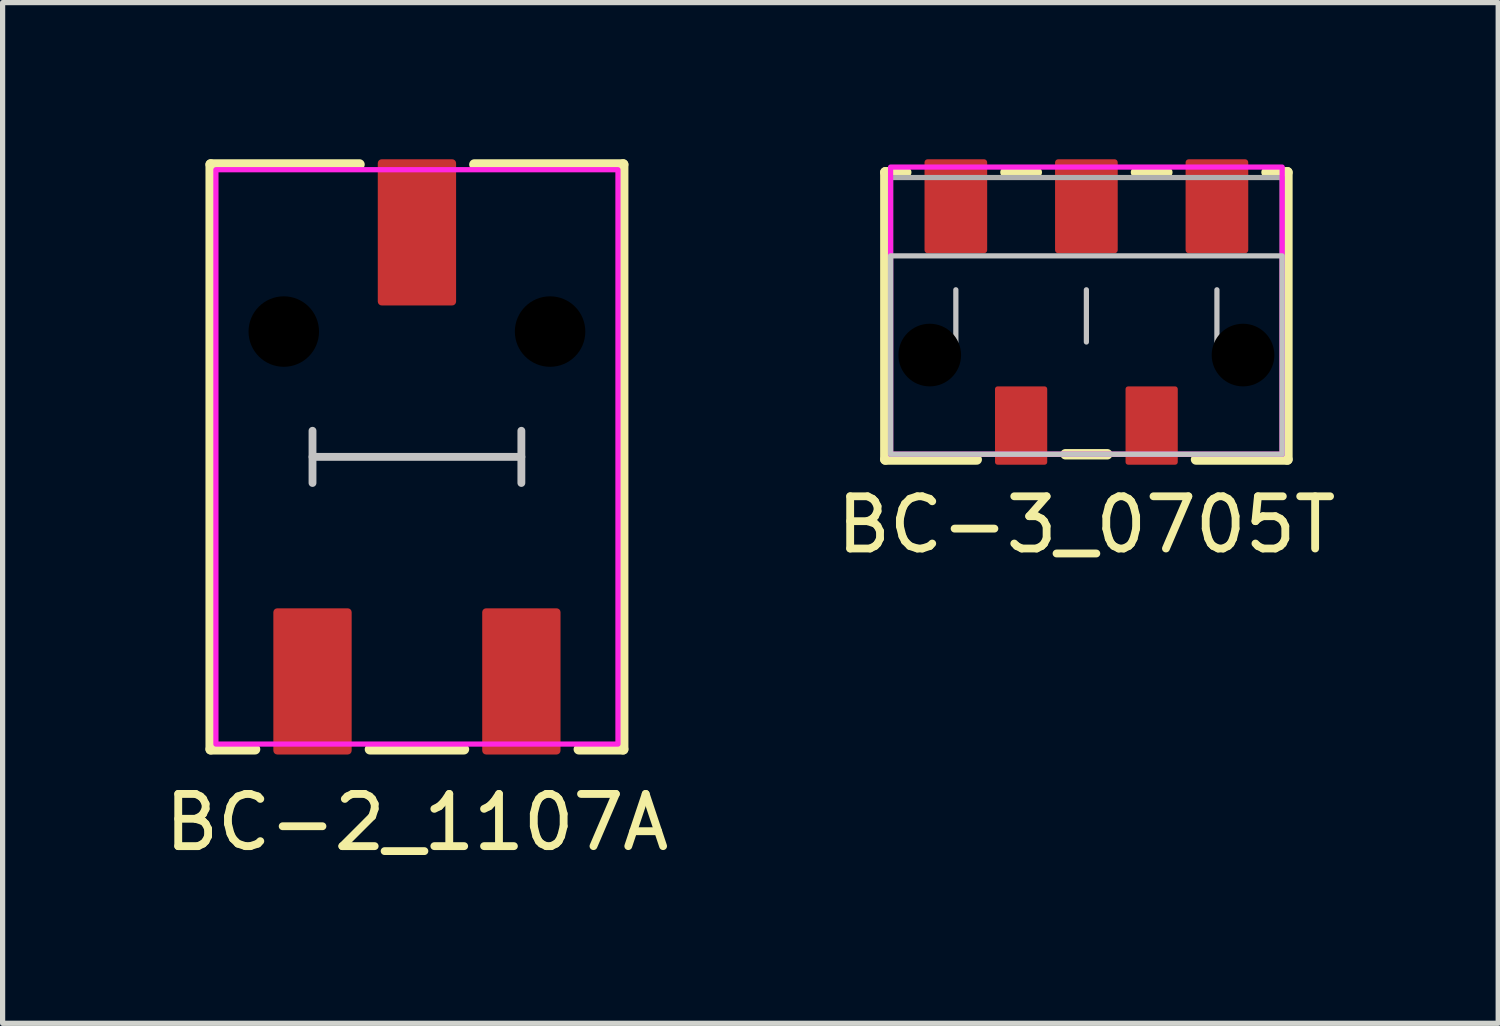
<source format=kicad_pcb>
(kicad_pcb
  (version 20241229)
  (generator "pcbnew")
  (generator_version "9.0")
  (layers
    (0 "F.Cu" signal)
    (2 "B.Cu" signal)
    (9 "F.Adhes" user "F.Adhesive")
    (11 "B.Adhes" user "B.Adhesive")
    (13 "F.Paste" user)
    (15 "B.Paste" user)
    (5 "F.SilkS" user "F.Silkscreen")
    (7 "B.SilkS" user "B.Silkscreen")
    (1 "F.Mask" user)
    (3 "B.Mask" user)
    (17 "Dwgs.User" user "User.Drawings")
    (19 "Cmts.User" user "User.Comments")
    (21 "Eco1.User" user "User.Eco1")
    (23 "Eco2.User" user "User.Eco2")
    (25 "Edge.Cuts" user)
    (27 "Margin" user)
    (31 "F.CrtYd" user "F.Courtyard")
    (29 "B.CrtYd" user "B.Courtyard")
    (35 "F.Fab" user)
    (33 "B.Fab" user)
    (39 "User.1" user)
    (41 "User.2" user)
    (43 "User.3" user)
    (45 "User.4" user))
  (footprint "BC-2_1107A"
    (layer "F.Cu")
    (at 4.935 5.7)
    (property "Reference" "BC-2_1107A" (at 0 7 0) (unlocked yes) (layer "F.SilkS") (effects (font (size 1 1) (thickness 0.15))))
    (attr smd)
    (fp_line (start -3.95 -5.6) (end -3.95 5.6) (stroke (width 0.2) (type solid)) (layer "F.SilkS"))
    (fp_line (start -3.95 5.6) (end -3.1 5.6) (stroke (width 0.2) (type solid)) (layer "F.SilkS"))
    (fp_line (start -1.1 -5.6) (end -3.95 -5.6) (stroke (width 0.2) (type solid)) (layer "F.SilkS"))
    (fp_line (start -0.9 5.6) (end 0.9 5.6) (stroke (width 0.2) (type solid)) (layer "F.SilkS"))
    (fp_line (start 1.1 -5.6) (end 3.95 -5.6) (stroke (width 0.2) (type solid)) (layer "F.SilkS"))
    (fp_line (start 3.95 -5.6) (end 3.95 5.6) (stroke (width 0.2) (type solid)) (layer "F.SilkS"))
    (fp_line (start 3.95 5.6) (end 3.1 5.6) (stroke (width 0.2) (type solid)) (layer "F.SilkS"))
    (fp_line (start -2 -0.5) (end -2 0.5) (stroke (width 0.15) (type solid)) (layer "Dwgs.User"))
    (fp_line (start -2 0) (end 2 0) (stroke (width 0.15) (type solid)) (layer "Dwgs.User"))
    (fp_line (start 2 -0.5) (end 2 0.5) (stroke (width 0.15) (type solid)) (layer "Dwgs.User"))
    (fp_rect (start -3.85 -5.5) (end 3.85 5.5) (stroke (width 0.1) (type solid)) (fill no) (layer "F.CrtYd"))
    (pad "" np_thru_hole circle (at -2.55 -2.4) (size 1.35 1.35) (drill 1.35) (layers "*.Mask"))
    (pad "" np_thru_hole circle (at 2.55 -2.4) (size 1.35 1.35) (drill 1.35) (layers "*.Mask"))
    (pad "*" smd roundrect (at 0 -4.3 90) (size 2.8 1.5) (layers "F.Cu" "F.Mask" "F.Paste") (roundrect_rratio 0.05))
    (pad "1" smd roundrect (at -2 4.3 90) (size 2.8 1.5) (layers "F.Cu" "F.Mask" "F.Paste") (roundrect_rratio 0.05))
    (pad "2" smd roundrect (at 2 4.3 90) (size 2.8 1.5) (layers "F.Cu" "F.Mask" "F.Paste") (roundrect_rratio 0.05)))
  (footprint "BC-3_0705T"
    (layer "F.Cu")
    (at 17.756 3)
    (property "Reference" "BC-3_0705T" (at 0 4 0) (unlocked yes) (layer "F.SilkS") (effects (font (size 1 1) (thickness 0.15))))
    (attr smd)
    (fp_line (start -3.85 -2.75) (end -3.85 2.75) (stroke (width 0.2) (type solid)) (layer "F.SilkS"))
    (fp_line (start -3.85 2.75) (end -2.1 2.75) (stroke (width 0.2) (type solid)) (layer "F.SilkS"))
    (fp_line (start -3.45 -2.75) (end -3.85 -2.75) (stroke (width 0.2) (type solid)) (layer "F.SilkS"))
    (fp_line (start -1.55 -2.75) (end -0.95 -2.75) (stroke (width 0.2) (type solid)) (layer "F.SilkS"))
    (fp_line (start -0.4 2.65) (end 0.4 2.65) (stroke (width 0.2) (type solid)) (layer "F.SilkS"))
    (fp_line (start 0.95 -2.75) (end 1.55 -2.75) (stroke (width 0.2) (type solid)) (layer "F.SilkS"))
    (fp_line (start 3.45 -2.75) (end 3.85 -2.75) (stroke (width 0.2) (type solid)) (layer "F.SilkS"))
    (fp_line (start 3.85 -2.75) (end 3.85 2.75) (stroke (width 0.2) (type solid)) (layer "F.SilkS"))
    (fp_line (start 3.85 2.75) (end 2.1 2.75) (stroke (width 0.2) (type solid)) (layer "F.SilkS"))
    (fp_line (start -2.5 -0.5) (end -2.5 0.5) (stroke (width 0.1) (type solid)) (layer "Dwgs.User"))
    (fp_line (start 0 -0.5) (end 0 0.5) (stroke (width 0.1) (type solid)) (layer "Dwgs.User"))
    (fp_line (start 2.5 -0.5) (end 2.5 0.5) (stroke (width 0.1) (type solid)) (layer "Dwgs.User"))
    (fp_rect (start -3.75 2.65) (end 3.75 -1.15) (stroke (width 0.1) (type solid)) (fill no) (layer "Dwgs.User"))
    (fp_rect (start -3.75 2.65) (end 3.75 -2.85) (stroke (width 0.1) (type solid)) (fill no) (layer "F.CrtYd"))
    (fp_rect (start -3.75 -2.65) (end 3.75 2.65) (stroke (width 0.1) (type solid)) (fill no) (layer "F.Fab"))
    (pad "" np_thru_hole circle (at -3 0.75) (size 1.2 1.2) (drill 1.2) (layers "*.Mask"))
    (pad "" np_thru_hole circle (at 3 0.75) (size 1.2 1.2) (drill 1.2) (layers "*.Mask"))
    (pad "*" smd roundrect (at -1.25 2.1 90) (size 1.5 1) (layers "F.Cu" "F.Mask" "F.Paste") (roundrect_rratio 0.05))
    (pad "*" smd roundrect (at 1.25 2.1 90) (size 1.5 1) (layers "F.Cu" "F.Mask" "F.Paste") (roundrect_rratio 0.05))
    (pad "1" smd roundrect (at -2.5 -2.1 90) (size 1.8 1.2) (layers "F.Cu" "F.Mask" "F.Paste") (roundrect_rratio 0.05))
    (pad "2" smd roundrect (at 0 -2.1 90) (size 1.8 1.2) (layers "F.Cu" "F.Mask" "F.Paste") (roundrect_rratio 0.05))
    (pad "3" smd roundrect (at 2.5 -2.1 90) (size 1.8 1.2) (layers "F.Cu" "F.Mask" "F.Paste") (roundrect_rratio 0.05)))
  (gr_rect
    (start -3 -3)
    (end 25.643 16.548)
    (stroke (width 0.1) (type default))
    (fill no)
    (layer "Edge.Cuts")))
</source>
